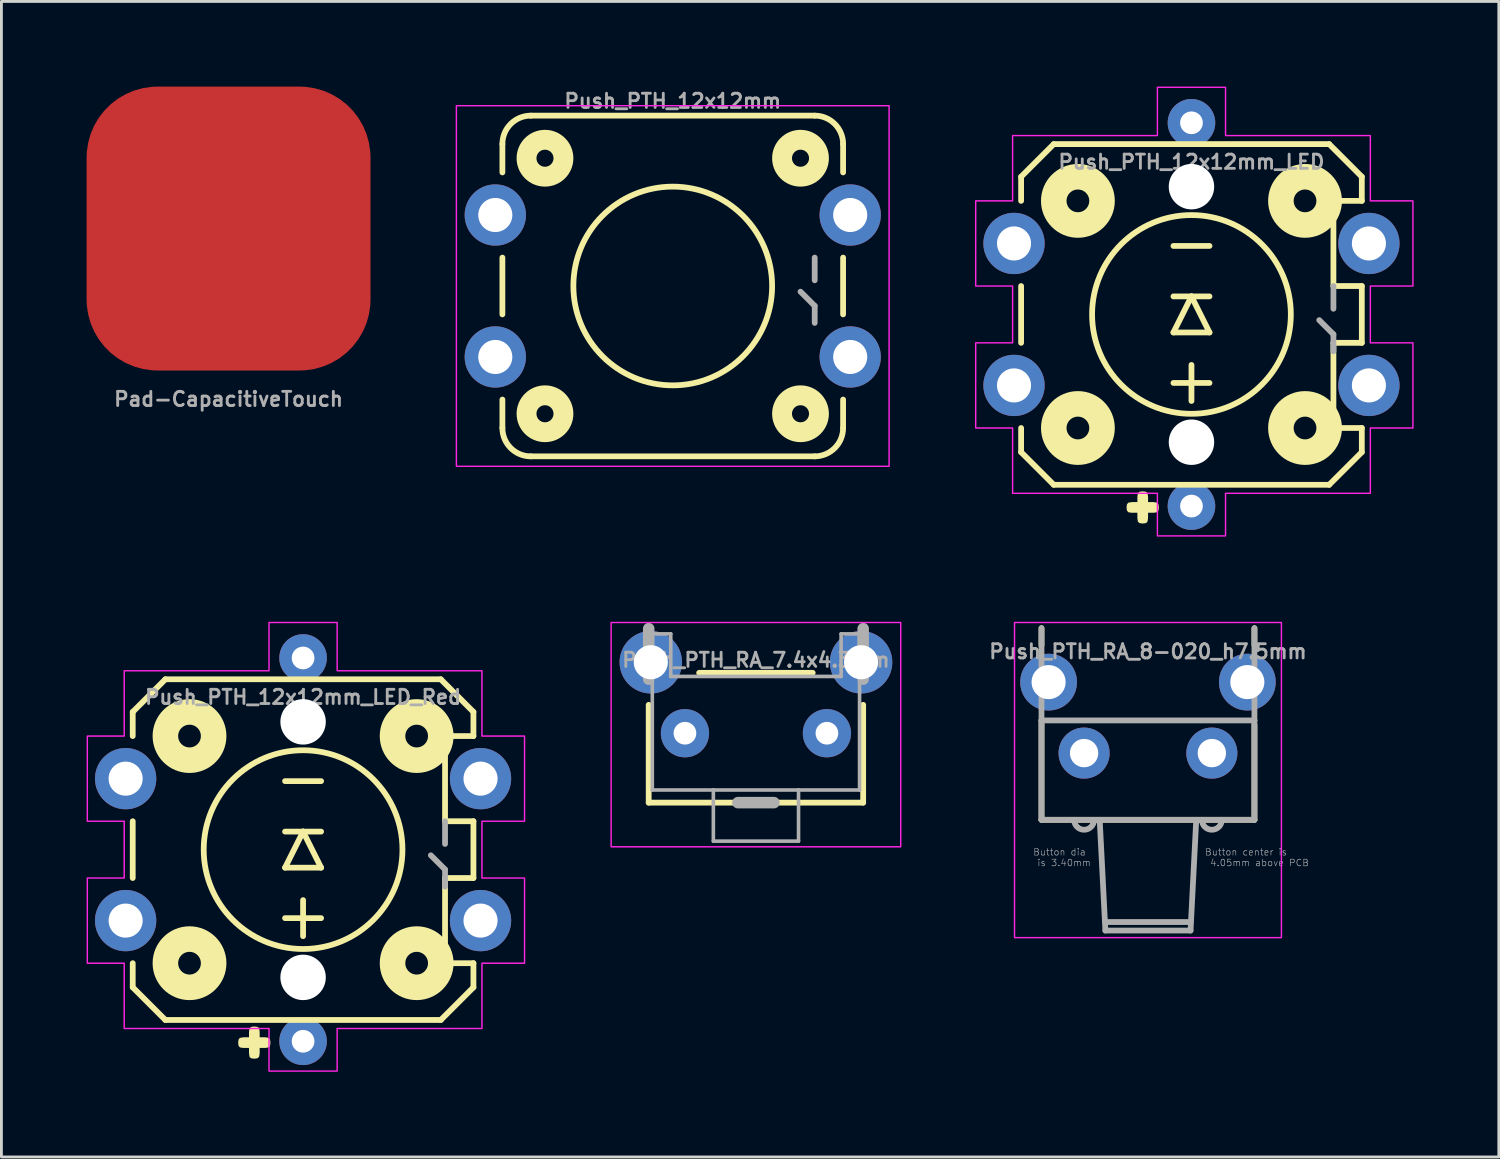
<source format=kicad_pcb>
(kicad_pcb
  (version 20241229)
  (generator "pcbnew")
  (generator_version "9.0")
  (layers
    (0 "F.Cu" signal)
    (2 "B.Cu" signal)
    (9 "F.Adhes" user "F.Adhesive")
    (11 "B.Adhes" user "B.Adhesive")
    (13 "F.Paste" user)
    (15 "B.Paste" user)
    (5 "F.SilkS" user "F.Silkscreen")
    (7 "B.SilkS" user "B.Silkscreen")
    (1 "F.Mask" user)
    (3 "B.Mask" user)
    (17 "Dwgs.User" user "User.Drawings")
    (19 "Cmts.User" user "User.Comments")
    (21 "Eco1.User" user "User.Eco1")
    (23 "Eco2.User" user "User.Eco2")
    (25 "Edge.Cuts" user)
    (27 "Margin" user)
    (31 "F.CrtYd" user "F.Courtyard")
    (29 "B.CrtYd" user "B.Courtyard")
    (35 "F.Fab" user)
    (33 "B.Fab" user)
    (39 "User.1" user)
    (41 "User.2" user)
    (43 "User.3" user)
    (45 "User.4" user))
  (footprint "Push_PTH_12x12mm"
    (layer "F.Cu")
    (at 20.645 7.023)
    (property "Reference" "Push_PTH_12x12mm" (at 0 -6.223 0) (layer "F.Fab") (effects (font (size 0.5 0.5) (thickness 0.1)) (justify bottom)))
    (fp_line (start -6 -4) (end -6 -5) (stroke (width 0.203) (type solid)) (layer "F.SilkS"))
    (fp_line (start -6 1) (end -6 -1) (stroke (width 0.203) (type solid)) (layer "F.SilkS"))
    (fp_line (start -6 5) (end -6 4) (stroke (width 0.203) (type solid)) (layer "F.SilkS"))
    (fp_line (start -5 -6) (end 5 -6) (stroke (width 0.203) (type solid)) (layer "F.SilkS"))
    (fp_line (start 5 6) (end -5 6) (stroke (width 0.203) (type solid)) (layer "F.SilkS"))
    (fp_line (start 6 -5) (end 6 -4) (stroke (width 0.203) (type solid)) (layer "F.SilkS"))
    (fp_line (start 6 -1) (end 6 1) (stroke (width 0.203) (type solid)) (layer "F.SilkS"))
    (fp_line (start 6 4) (end 6 5) (stroke (width 0.203) (type solid)) (layer "F.SilkS"))
    (fp_arc (start -6 -5) (mid -5.707107 -5.707107) (end -5 -6) (stroke (width 0.2032) (type solid)) (layer "F.SilkS"))
    (fp_arc (start -5 6) (mid -5.707107 5.707107) (end -6 5) (stroke (width 0.2032) (type solid)) (layer "F.SilkS"))
    (fp_arc (start 5 -6) (mid 5.707107 -5.707107) (end 6 -5) (stroke (width 0.2032) (type solid)) (layer "F.SilkS"))
    (fp_arc (start 6 5) (mid 5.707107 5.707107) (end 5 6) (stroke (width 0.2032) (type solid)) (layer "F.SilkS"))
    (fp_circle (center -4.5 -4.5) (end -4.2 -4.5) (stroke (width 0.7) (type solid)) (fill no) (layer "F.SilkS"))
    (fp_circle (center -4.5 4.5) (end -4.2 4.5) (stroke (width 0.7) (type solid)) (fill no) (layer "F.SilkS"))
    (fp_circle (center 0 0) (end 3.5 0) (stroke (width 0.203) (type solid)) (fill no) (layer "F.SilkS"))
    (fp_circle (center 4.5 -4.5) (end 4.8 -4.5) (stroke (width 0.7) (type solid)) (fill no) (layer "F.SilkS"))
    (fp_circle (center 4.5 4.5) (end 4.8 4.5) (stroke (width 0.7) (type solid)) (fill no) (layer "F.SilkS"))
    (fp_rect (start 7.62 -6.35) (end -7.62 6.35) (stroke (width 0.05) (type default)) (fill no) (layer "F.CrtYd"))
    (fp_line (start 5 -0.2) (end 5 -1) (stroke (width 0.203) (type solid)) (layer "F.Fab"))
    (fp_line (start 5 0.7) (end 4.5 0.2) (stroke (width 0.203) (type solid)) (layer "F.Fab"))
    (fp_line (start 5 1.3) (end 5 0.7) (stroke (width 0.203) (type solid)) (layer "F.Fab"))
    (pad "1" thru_hole circle (at -6.25 -2.5) (size 2.159 2.159) (drill 1.2) (layers "*.Cu" "*.Mask"))
    (pad "1" thru_hole circle (at 6.25 -2.5) (size 2.159 2.159) (drill 1.2) (layers "*.Cu" "*.Mask"))
    (pad "2" thru_hole circle (at -6.25 2.5) (size 2.159 2.159) (drill 1.2) (layers "*.Cu" "*.Mask"))
    (pad "2" thru_hole circle (at 6.25 2.5) (size 2.159 2.159) (drill 1.2) (layers "*.Cu" "*.Mask")))
  (footprint "Push_PTH_12x12mm_LED"
    (layer "F.Cu")
    (at 38.915 8.025)
    (property "Reference" "Push_PTH_12x12mm_LED" (at 0 -5.08 0) (layer "F.Fab") (effects (font (size 0.5 0.5) (thickness 0.1)) (justify bottom)))
    (fp_line (start -6 -4.85) (end -4.85 -6) (stroke (width 0.203) (type solid)) (layer "F.SilkS"))
    (fp_line (start -6 -4) (end -6 -4.85) (stroke (width 0.203) (type solid)) (layer "F.SilkS"))
    (fp_line (start -6 1) (end -6 -1) (stroke (width 0.203) (type solid)) (layer "F.SilkS"))
    (fp_line (start -6 4.85) (end -6 4) (stroke (width 0.203) (type solid)) (layer "F.SilkS"))
    (fp_line (start -4.85 -6) (end 4.85 -6) (stroke (width 0.203) (type solid)) (layer "F.SilkS"))
    (fp_line (start -4.85 6) (end -6 4.85) (stroke (width 0.203) (type solid)) (layer "F.SilkS"))
    (fp_line (start -0.635 -0.635) (end 0 -0.635) (stroke (width 0.203) (type solid)) (layer "F.SilkS"))
    (fp_line (start -0.635 0.635) (end 0.635 0.635) (stroke (width 0.203) (type solid)) (layer "F.SilkS"))
    (fp_line (start 0 -0.635) (end -0.635 0.635) (stroke (width 0.203) (type solid)) (layer "F.SilkS"))
    (fp_line (start 0 -0.635) (end 0.635 -0.635) (stroke (width 0.203) (type solid)) (layer "F.SilkS"))
    (fp_line (start 0 3.048) (end 0 1.778) (stroke (width 0.203) (type solid)) (layer "F.SilkS"))
    (fp_line (start 0.635 -2.413) (end -0.635 -2.413) (stroke (width 0.203) (type solid)) (layer "F.SilkS"))
    (fp_line (start 0.635 0.635) (end 0 -0.635) (stroke (width 0.203) (type solid)) (layer "F.SilkS"))
    (fp_line (start 0.635 2.413) (end -0.635 2.413) (stroke (width 0.203) (type solid)) (layer "F.SilkS"))
    (fp_line (start 4.85 -6) (end 6 -4.85) (stroke (width 0.203) (type solid)) (layer "F.SilkS"))
    (fp_line (start 4.85 6) (end -4.85 6) (stroke (width 0.203) (type solid)) (layer "F.SilkS"))
    (fp_line (start 5 -4) (end 6 -4) (stroke (width 0.203) (type solid)) (layer "F.SilkS"))
    (fp_line (start 5 -1) (end 5 -4) (stroke (width 0.203) (type solid)) (layer "F.SilkS"))
    (fp_line (start 5 1) (end 5 4) (stroke (width 0.203) (type solid)) (layer "F.SilkS"))
    (fp_line (start 5 4) (end 6 4) (stroke (width 0.203) (type solid)) (layer "F.SilkS"))
    (fp_line (start 6 -4.85) (end 6 -4) (stroke (width 0.203) (type solid)) (layer "F.SilkS"))
    (fp_line (start 6 -1) (end 5 -1) (stroke (width 0.203) (type solid)) (layer "F.SilkS"))
    (fp_line (start 6 -1) (end 6 1) (stroke (width 0.203) (type solid)) (layer "F.SilkS"))
    (fp_line (start 6 1) (end 5 1) (stroke (width 0.203) (type solid)) (layer "F.SilkS"))
    (fp_line (start 6 4) (end 6 4.85) (stroke (width 0.203) (type solid)) (layer "F.SilkS"))
    (fp_line (start 6 4.85) (end 4.85 6) (stroke (width 0.203) (type solid)) (layer "F.SilkS"))
    (fp_circle (center -4 -4) (end -3.6 -4) (stroke (width 0.9) (type solid)) (fill no) (layer "F.SilkS"))
    (fp_circle (center -4 4) (end -3.6 4) (stroke (width 0.9) (type solid)) (fill no) (layer "F.SilkS"))
    (fp_circle (center 0 0) (end 3.5 0) (stroke (width 0.203) (type solid)) (fill no) (layer "F.SilkS"))
    (fp_circle (center 4 -4) (end 4.4 -4) (stroke (width 0.9) (type solid)) (fill no) (layer "F.SilkS"))
    (fp_circle (center 4 4) (end 4.4 4) (stroke (width 0.9) (type solid)) (fill no) (layer "F.SilkS"))
    (fp_poly (pts (xy -1.529 6.609) (xy -1.336 6.609) (xy -1.214 6.629) (xy -1.163 6.69) (xy -1.15 6.798) (xy -1.162 6.906) (xy -1.203 6.964) (xy -1.324 6.985) (xy -1.529 6.985) (xy -1.529 7.178) (xy -1.549 7.299) (xy -1.61 7.351) (xy -1.718 7.364) (xy -1.826 7.351) (xy -1.884 7.306) (xy -1.905 7.176) (xy -1.905 6.985) (xy -2.112 6.985) (xy -2.226 6.966) (xy -2.274 6.905) (xy -2.286 6.797) (xy -2.273 6.689) (xy -2.226 6.63) (xy -2.095 6.609) (xy -1.905 6.609) (xy -1.905 6.416) (xy -1.886 6.294) (xy -1.825 6.243) (xy -1.717 6.23) (xy -1.609 6.243) (xy -1.55 6.287) (xy -1.529 6.418) (xy -1.529 6.609)) (stroke (width 0) (type solid)) (fill yes) (layer "F.SilkS"))
    (fp_poly (pts (xy 7.8 -4) (xy 7.8 -1) (xy 6.3 -1) (xy 6.3 1) (xy 7.8 1) (xy 7.8 4) (xy 6.3 4) (xy 6.3 6.3) (xy 1.2 6.3) (xy 1.2 7.8) (xy -1.2 7.8) (xy -1.2 6.3) (xy -6.3 6.3) (xy -6.3 4) (xy -7.6 4) (xy -7.6 1) (xy -6.3 1) (xy -6.3 -1) (xy -7.6 -1) (xy -7.6 -4) (xy -6.3 -4) (xy -6.3 -6.3) (xy -1.2 -6.3) (xy -1.2 -8) (xy 1.2 -8) (xy 1.2 -6.3) (xy 6.3 -6.3) (xy 6.3 -4)) (stroke (width 0.05) (type solid)) (fill no) (layer "F.CrtYd"))
    (fp_line (start 5 -0.2) (end 5 -1) (stroke (width 0.203) (type solid)) (layer "F.Fab"))
    (fp_line (start 5 0.7) (end 4.5 0.2) (stroke (width 0.203) (type solid)) (layer "F.Fab"))
    (fp_line (start 5 1.3) (end 5 0.7) (stroke (width 0.203) (type solid)) (layer "F.Fab"))
    (pad "" np_thru_hole circle (at 0 -4.5) (size 1.6 1.6) (drill 1.6) (layers "*.Cu" "*.Mask"))
    (pad "" np_thru_hole circle (at 0 4.5) (size 1.6 1.6) (drill 1.6) (layers "*.Cu" "*.Mask"))
    (pad "1" thru_hole circle (at -6.25 -2.5) (size 2.159 2.159) (drill 1.2) (layers "*.Cu" "*.Mask"))
    (pad "2" thru_hole circle (at 6.25 -2.5) (size 2.159 2.159) (drill 1.2) (layers "*.Cu" "*.Mask"))
    (pad "3" thru_hole circle (at -6.25 2.5) (size 2.159 2.159) (drill 1.2) (layers "*.Cu" "*.Mask"))
    (pad "4" thru_hole circle (at 6.25 2.5) (size 2.159 2.159) (drill 1.2) (layers "*.Cu" "*.Mask"))
    (pad "A" thru_hole circle (at 0 6.75) (size 1.676 1.676) (drill 0.8) (layers "*.Cu" "*.Mask"))
    (pad "K" thru_hole circle (at 0 -6.75) (size 1.676 1.676) (drill 0.8) (layers "*.Cu" "*.Mask")))
  (footprint "Push_PTH_RA_7.4x4.3mm"
    (layer "F.Cu")
    (at 23.575 22.775)
    (property "Reference" "Push_PTH_RA_7.4x4.3mm" (at 0 -2.286 0) (layer "F.Fab") (effects (font (size 0.5 0.5) (thickness 0.1)) (justify bottom)))
    (fp_circle (center -2.5 0) (end -2.278 0) (stroke (width 0.445) (type solid)) (fill yes) (layer "F.Mask"))
    (fp_circle (center 2.5 0) (end 2.722 0) (stroke (width 0.445) (type solid)) (fill yes) (layer "F.Mask"))
    (fp_circle (center -2.5 0) (end -2.055 0) (stroke (width 0.889) (type solid)) (fill yes) (layer "B.Mask"))
    (fp_circle (center 2.5 0) (end 2.945 0) (stroke (width 0.889) (type solid)) (fill yes) (layer "B.Mask"))
    (fp_line (start -3.777 -1) (end -3.777 2.445) (stroke (width 0.203) (type solid)) (layer "F.SilkS"))
    (fp_line (start -3.777 2.445) (end 3.777 2.445) (stroke (width 0.203) (type solid)) (layer "F.SilkS"))
    (fp_line (start 2 -2.127) (end -2 -2.127) (stroke (width 0.203) (type solid)) (layer "F.SilkS"))
    (fp_line (start 3.777 2.445) (end 3.777 -1) (stroke (width 0.203) (type solid)) (layer "F.SilkS"))
    (fp_rect (start -5.1 -3.9) (end 5.1 4) (stroke (width 0.05) (type default)) (fill no) (layer "F.CrtYd"))
    (fp_line (start -3.777 -1.905) (end -3.777 -3.683) (stroke (width 0.406) (type solid)) (layer "F.Fab"))
    (fp_line (start -3.65 -3.5) (end -3 -3.5) (stroke (width 0.127) (type solid)) (layer "F.Fab"))
    (fp_line (start -3.65 2) (end -3.65 -3.5) (stroke (width 0.127) (type solid)) (layer "F.Fab"))
    (fp_line (start -3.65 2) (end -1.5 2) (stroke (width 0.127) (type solid)) (layer "F.Fab"))
    (fp_line (start -3 -2) (end -3 -3.5) (stroke (width 0.127) (type solid)) (layer "F.Fab"))
    (fp_line (start -3 -2) (end 3 -2) (stroke (width 0.127) (type solid)) (layer "F.Fab"))
    (fp_line (start -1.5 2) (end -1.5 3.8) (stroke (width 0.127) (type solid)) (layer "F.Fab"))
    (fp_line (start -1.5 2) (end 1.5 2) (stroke (width 0.127) (type solid)) (layer "F.Fab"))
    (fp_line (start -0.635 2.445) (end 0.635 2.445) (stroke (width 0.406) (type solid)) (layer "F.Fab"))
    (fp_line (start 1.5 2) (end 1.5 3.8) (stroke (width 0.127) (type solid)) (layer "F.Fab"))
    (fp_line (start 1.5 2) (end 3.65 2) (stroke (width 0.127) (type solid)) (layer "F.Fab"))
    (fp_line (start 1.5 3.8) (end -1.5 3.8) (stroke (width 0.127) (type solid)) (layer "F.Fab"))
    (fp_line (start 3 -3.5) (end 3.65 -3.5) (stroke (width 0.127) (type solid)) (layer "F.Fab"))
    (fp_line (start 3 -2) (end 3 -3.5) (stroke (width 0.127) (type solid)) (layer "F.Fab"))
    (fp_line (start 3.65 -3.5) (end 3.65 2) (stroke (width 0.127) (type solid)) (layer "F.Fab"))
    (fp_line (start 3.777 -1.905) (end 3.777 -3.683) (stroke (width 0.406) (type solid)) (layer "F.Fab"))
    (pad "1" thru_hole circle (at -2.5 0) (size 1.7 1.7) (drill 0.8) (layers "*.Cu"))
    (pad "2" thru_hole circle (at 2.5 0) (size 1.7 1.7) (drill 0.8) (layers "*.Cu"))
    (pad "ANCHOR1" thru_hole circle (at -3.703 -2.5) (size 2.2 2.2) (drill 1.2) (layers "*.Cu" "*.Mask"))
    (pad "ANCHOR2" thru_hole circle (at 3.703 -2.5) (size 2.2 2.2) (drill 1.2) (layers "*.Cu" "*.Mask")))
  (footprint "Push_PTH_12x12mm_LED_Red"
    (layer "F.Cu")
    (at 7.625 26.875)
    (property "Reference" "Push_PTH_12x12mm_LED_Red" (at 0 -5.08 0) (layer "F.Fab") (effects (font (size 0.5 0.5) (thickness 0.1)) (justify bottom)))
    (attr through_hole)
    (fp_line (start -6 -4.85) (end -4.85 -6) (stroke (width 0.203) (type solid)) (layer "F.SilkS"))
    (fp_line (start -6 -4) (end -6 -4.85) (stroke (width 0.203) (type solid)) (layer "F.SilkS"))
    (fp_line (start -6 1) (end -6 -1) (stroke (width 0.203) (type solid)) (layer "F.SilkS"))
    (fp_line (start -6 4.85) (end -6 4) (stroke (width 0.203) (type solid)) (layer "F.SilkS"))
    (fp_line (start -4.85 -6) (end 4.85 -6) (stroke (width 0.203) (type solid)) (layer "F.SilkS"))
    (fp_line (start -4.85 6) (end -6 4.85) (stroke (width 0.203) (type solid)) (layer "F.SilkS"))
    (fp_line (start -0.635 -0.635) (end 0 -0.635) (stroke (width 0.203) (type solid)) (layer "F.SilkS"))
    (fp_line (start -0.635 0.635) (end 0.635 0.635) (stroke (width 0.203) (type solid)) (layer "F.SilkS"))
    (fp_line (start 0 -0.635) (end -0.635 0.635) (stroke (width 0.203) (type solid)) (layer "F.SilkS"))
    (fp_line (start 0 -0.635) (end 0.635 -0.635) (stroke (width 0.203) (type solid)) (layer "F.SilkS"))
    (fp_line (start 0 3.048) (end 0 1.778) (stroke (width 0.203) (type solid)) (layer "F.SilkS"))
    (fp_line (start 0.635 -2.413) (end -0.635 -2.413) (stroke (width 0.203) (type solid)) (layer "F.SilkS"))
    (fp_line (start 0.635 0.635) (end 0 -0.635) (stroke (width 0.203) (type solid)) (layer "F.SilkS"))
    (fp_line (start 0.635 2.413) (end -0.635 2.413) (stroke (width 0.203) (type solid)) (layer "F.SilkS"))
    (fp_line (start 4.85 -6) (end 6 -4.85) (stroke (width 0.203) (type solid)) (layer "F.SilkS"))
    (fp_line (start 4.85 6) (end -4.85 6) (stroke (width 0.203) (type solid)) (layer "F.SilkS"))
    (fp_line (start 5 -4) (end 6 -4) (stroke (width 0.203) (type solid)) (layer "F.SilkS"))
    (fp_line (start 5 -1) (end 5 -4) (stroke (width 0.203) (type solid)) (layer "F.SilkS"))
    (fp_line (start 5 1) (end 5 4) (stroke (width 0.203) (type solid)) (layer "F.SilkS"))
    (fp_line (start 5 4) (end 6 4) (stroke (width 0.203) (type solid)) (layer "F.SilkS"))
    (fp_line (start 6 -4.85) (end 6 -4) (stroke (width 0.203) (type solid)) (layer "F.SilkS"))
    (fp_line (start 6 -1) (end 5 -1) (stroke (width 0.203) (type solid)) (layer "F.SilkS"))
    (fp_line (start 6 -1) (end 6 1) (stroke (width 0.203) (type solid)) (layer "F.SilkS"))
    (fp_line (start 6 1) (end 5 1) (stroke (width 0.203) (type solid)) (layer "F.SilkS"))
    (fp_line (start 6 4) (end 6 4.85) (stroke (width 0.203) (type solid)) (layer "F.SilkS"))
    (fp_line (start 6 4.85) (end 4.85 6) (stroke (width 0.203) (type solid)) (layer "F.SilkS"))
    (fp_circle (center -4 -4) (end -3.6 -4) (stroke (width 0.9) (type solid)) (fill no) (layer "F.SilkS"))
    (fp_circle (center -4 4) (end -3.6 4) (stroke (width 0.9) (type solid)) (fill no) (layer "F.SilkS"))
    (fp_circle (center 0 0) (end 3.5 0) (stroke (width 0.203) (type solid)) (fill no) (layer "F.SilkS"))
    (fp_circle (center 4 -4) (end 4.4 -4) (stroke (width 0.9) (type solid)) (fill no) (layer "F.SilkS"))
    (fp_circle (center 4 4) (end 4.4 4) (stroke (width 0.9) (type solid)) (fill no) (layer "F.SilkS"))
    (fp_poly (pts (xy -1.529 6.609) (xy -1.336 6.609) (xy -1.214 6.629) (xy -1.163 6.69) (xy -1.15 6.798) (xy -1.162 6.906) (xy -1.203 6.964) (xy -1.324 6.985) (xy -1.529 6.985) (xy -1.529 7.178) (xy -1.549 7.299) (xy -1.61 7.351) (xy -1.718 7.364) (xy -1.826 7.351) (xy -1.884 7.306) (xy -1.905 7.176) (xy -1.905 6.985) (xy -2.112 6.985) (xy -2.226 6.966) (xy -2.274 6.905) (xy -2.286 6.797) (xy -2.273 6.689) (xy -2.226 6.63) (xy -2.095 6.609) (xy -1.905 6.609) (xy -1.905 6.416) (xy -1.886 6.294) (xy -1.825 6.243) (xy -1.717 6.23) (xy -1.609 6.243) (xy -1.55 6.287) (xy -1.529 6.418) (xy -1.529 6.609)) (stroke (width 0) (type solid)) (fill yes) (layer "F.SilkS"))
    (fp_poly (pts (xy 7.8 -4) (xy 7.8 -1) (xy 6.3 -1) (xy 6.3 1) (xy 7.8 1) (xy 7.8 4) (xy 6.3 4) (xy 6.3 6.3) (xy 1.2 6.3) (xy 1.2 7.8) (xy -1.2 7.8) (xy -1.2 6.3) (xy -6.3 6.3) (xy -6.3 4) (xy -7.6 4) (xy -7.6 1) (xy -6.3 1) (xy -6.3 -1) (xy -7.6 -1) (xy -7.6 -4) (xy -6.3 -4) (xy -6.3 -6.3) (xy -1.2 -6.3) (xy -1.2 -8) (xy 1.2 -8) (xy 1.2 -6.3) (xy 6.3 -6.3) (xy 6.3 -4)) (stroke (width 0.05) (type solid)) (fill no) (layer "F.CrtYd"))
    (fp_line (start 5 -0.2) (end 5 -1) (stroke (width 0.203) (type solid)) (layer "F.Fab"))
    (fp_line (start 5 0.7) (end 4.5 0.2) (stroke (width 0.203) (type solid)) (layer "F.Fab"))
    (fp_line (start 5 1.3) (end 5 0.7) (stroke (width 0.203) (type solid)) (layer "F.Fab"))
    (pad "" np_thru_hole circle (at 0 -4.5) (size 1.6 1.6) (drill 1.6) (layers "*.Cu" "*.Mask"))
    (pad "" np_thru_hole circle (at 0 4.5) (size 1.6 1.6) (drill 1.6) (layers "*.Cu" "*.Mask"))
    (pad "1" thru_hole circle (at -6.25 -2.5) (size 2.159 2.159) (drill 1.2) (layers "*.Cu" "*.Mask"))
    (pad "1" thru_hole circle (at 6.25 -2.5) (size 2.159 2.159) (drill 1.2) (layers "*.Cu" "*.Mask"))
    (pad "2" thru_hole circle (at -6.25 2.5) (size 2.159 2.159) (drill 1.2) (layers "*.Cu" "*.Mask"))
    (pad "2" thru_hole circle (at 6.25 2.5) (size 2.159 2.159) (drill 1.2) (layers "*.Cu" "*.Mask"))
    (pad "A" thru_hole circle (at 0 6.75) (size 1.676 1.676) (drill 0.8) (layers "*.Cu" "*.Mask"))
    (pad "K" thru_hole circle (at 0 -6.75) (size 1.676 1.676) (drill 0.8) (layers "*.Cu" "*.Mask")))
  (footprint "Pad-CapacitiveTouch"
    (layer "F.Cu")
    (at 5 5)
    (property "Reference" "Pad-CapacitiveTouch" (at 0 6.3 180) (layer "F.Fab") (effects (font (size 0.5 0.5) (thickness 0.1) (bold yes)) (justify bottom)))
    (pad "1" smd roundrect (at 0 0) (size 10 10) (layers "F.Cu") (roundrect_rratio 0.25)))
  (footprint "Push_PTH_RA_8-020_h7.5mm"
    (layer "F.Cu")
    (at 37.383 23.475)
    (property "Reference" "Push_PTH_RA_8-020_h7.5mm" (at 0 -3.285 0) (layer "F.Fab") (effects (font (size 0.5 0.5) (thickness 0.1) (bold yes)) (justify bottom)))
    (fp_line (start -3.75 -3.8) (end -3.75 -4.4) (stroke (width 0.203) (type solid)) (layer "F.SilkS"))
    (fp_line (start -3.75 2.35) (end -3.75 -1.15) (stroke (width 0.203) (type solid)) (layer "F.SilkS"))
    (fp_line (start -3.75 2.35) (end 3.75 2.35) (stroke (width 0.203) (type solid)) (layer "F.SilkS"))
    (fp_line (start 3.75 -3.8) (end 3.75 -4.4) (stroke (width 0.203) (type solid)) (layer "F.SilkS"))
    (fp_line (start 3.75 2.35) (end 3.75 -1) (stroke (width 0.203) (type solid)) (layer "F.SilkS"))
    (fp_rect (start 4.7 -4.6) (end -4.7 6.5) (stroke (width 0.05) (type default)) (fill no) (layer "F.CrtYd"))
    (fp_line (start -3.75 -1.15) (end -3.75 -4.4) (stroke (width 0.203) (type solid)) (layer "F.Fab"))
    (fp_line (start -3.75 -1.15) (end 3.75 -1.15) (stroke (width 0.203) (type solid)) (layer "F.Fab"))
    (fp_line (start -3.75 2.35) (end -3.75 -1.15) (stroke (width 0.203) (type solid)) (layer "F.Fab"))
    (fp_line (start -3.75 2.35) (end -2.6 2.35) (stroke (width 0.203) (type solid)) (layer "F.Fab"))
    (fp_line (start -2.6 2.35) (end -1.9 2.35) (stroke (width 0.203) (type solid)) (layer "F.Fab"))
    (fp_line (start -1.9 2.35) (end -1.7 2.35) (stroke (width 0.203) (type solid)) (layer "F.Fab"))
    (fp_line (start -1.7 2.35) (end -1.5 6.25) (stroke (width 0.203) (type solid)) (layer "F.Fab"))
    (fp_line (start -1.7 2.35) (end 1.7 2.35) (stroke (width 0.203) (type solid)) (layer "F.Fab"))
    (fp_line (start -1.5 5.95) (end 1.5 5.95) (stroke (width 0.203) (type solid)) (layer "F.Fab"))
    (fp_line (start -1.5 6.25) (end 1.5 6.25) (stroke (width 0.203) (type solid)) (layer "F.Fab"))
    (fp_line (start 1.5 6.25) (end 1.7 2.35) (stroke (width 0.203) (type solid)) (layer "F.Fab"))
    (fp_line (start 1.7 2.35) (end 1.9 2.35) (stroke (width 0.203) (type solid)) (layer "F.Fab"))
    (fp_line (start 1.9 2.35) (end 2.6 2.35) (stroke (width 0.203) (type solid)) (layer "F.Fab"))
    (fp_line (start 2.6 2.35) (end 3.75 2.35) (stroke (width 0.203) (type solid)) (layer "F.Fab"))
    (fp_line (start 3.75 -1.15) (end 3.75 -4.4) (stroke (width 0.203) (type solid)) (layer "F.Fab"))
    (fp_line (start 3.75 2.35) (end 3.75 -1.15) (stroke (width 0.203) (type solid)) (layer "F.Fab"))
    (fp_arc (start -1.9 2.35) (mid -2.25 2.7) (end -2.6 2.35) (stroke (width 0.2032) (type solid)) (layer "F.Fab"))
    (fp_arc (start 2.6 2.35) (mid 2.25 2.7) (end 1.9 2.35) (stroke (width 0.2032) (type solid)) (layer "F.Fab"))
    (fp_text user "Button dia \nis 3.40mm" (at -2 4 0) (layer "F.Fab") (effects (font (size 0.234 0.234) (thickness 0.02)) (justify right bottom)))
    (fp_text user "Button center is\n 4.05mm above PCB" (at 2 4 0) (layer "F.Fab") (effects (font (size 0.234 0.234) (thickness 0.02)) (justify left bottom)))
    (pad "1" thru_hole circle (at -2.25 0) (size 1.8 1.8) (drill 1) (layers "*.Cu" "*.Mask"))
    (pad "2" thru_hole circle (at 2.25 0) (size 1.8 1.8) (drill 1) (layers "*.Cu" "*.Mask"))
    (pad "M1" thru_hole circle (at -3.5 -2.5) (size 2 2) (drill 1.2) (layers "*.Cu" "*.Mask"))
    (pad "M2" thru_hole circle (at 3.5 -2.5) (size 2 2) (drill 1.2) (layers "*.Cu" "*.Mask")))
  (gr_rect
    (start -3 -3)
    (end 49.74 37.7)
    (stroke (width 0.1) (type default))
    (fill no)
    (layer "Edge.Cuts")))
</source>
